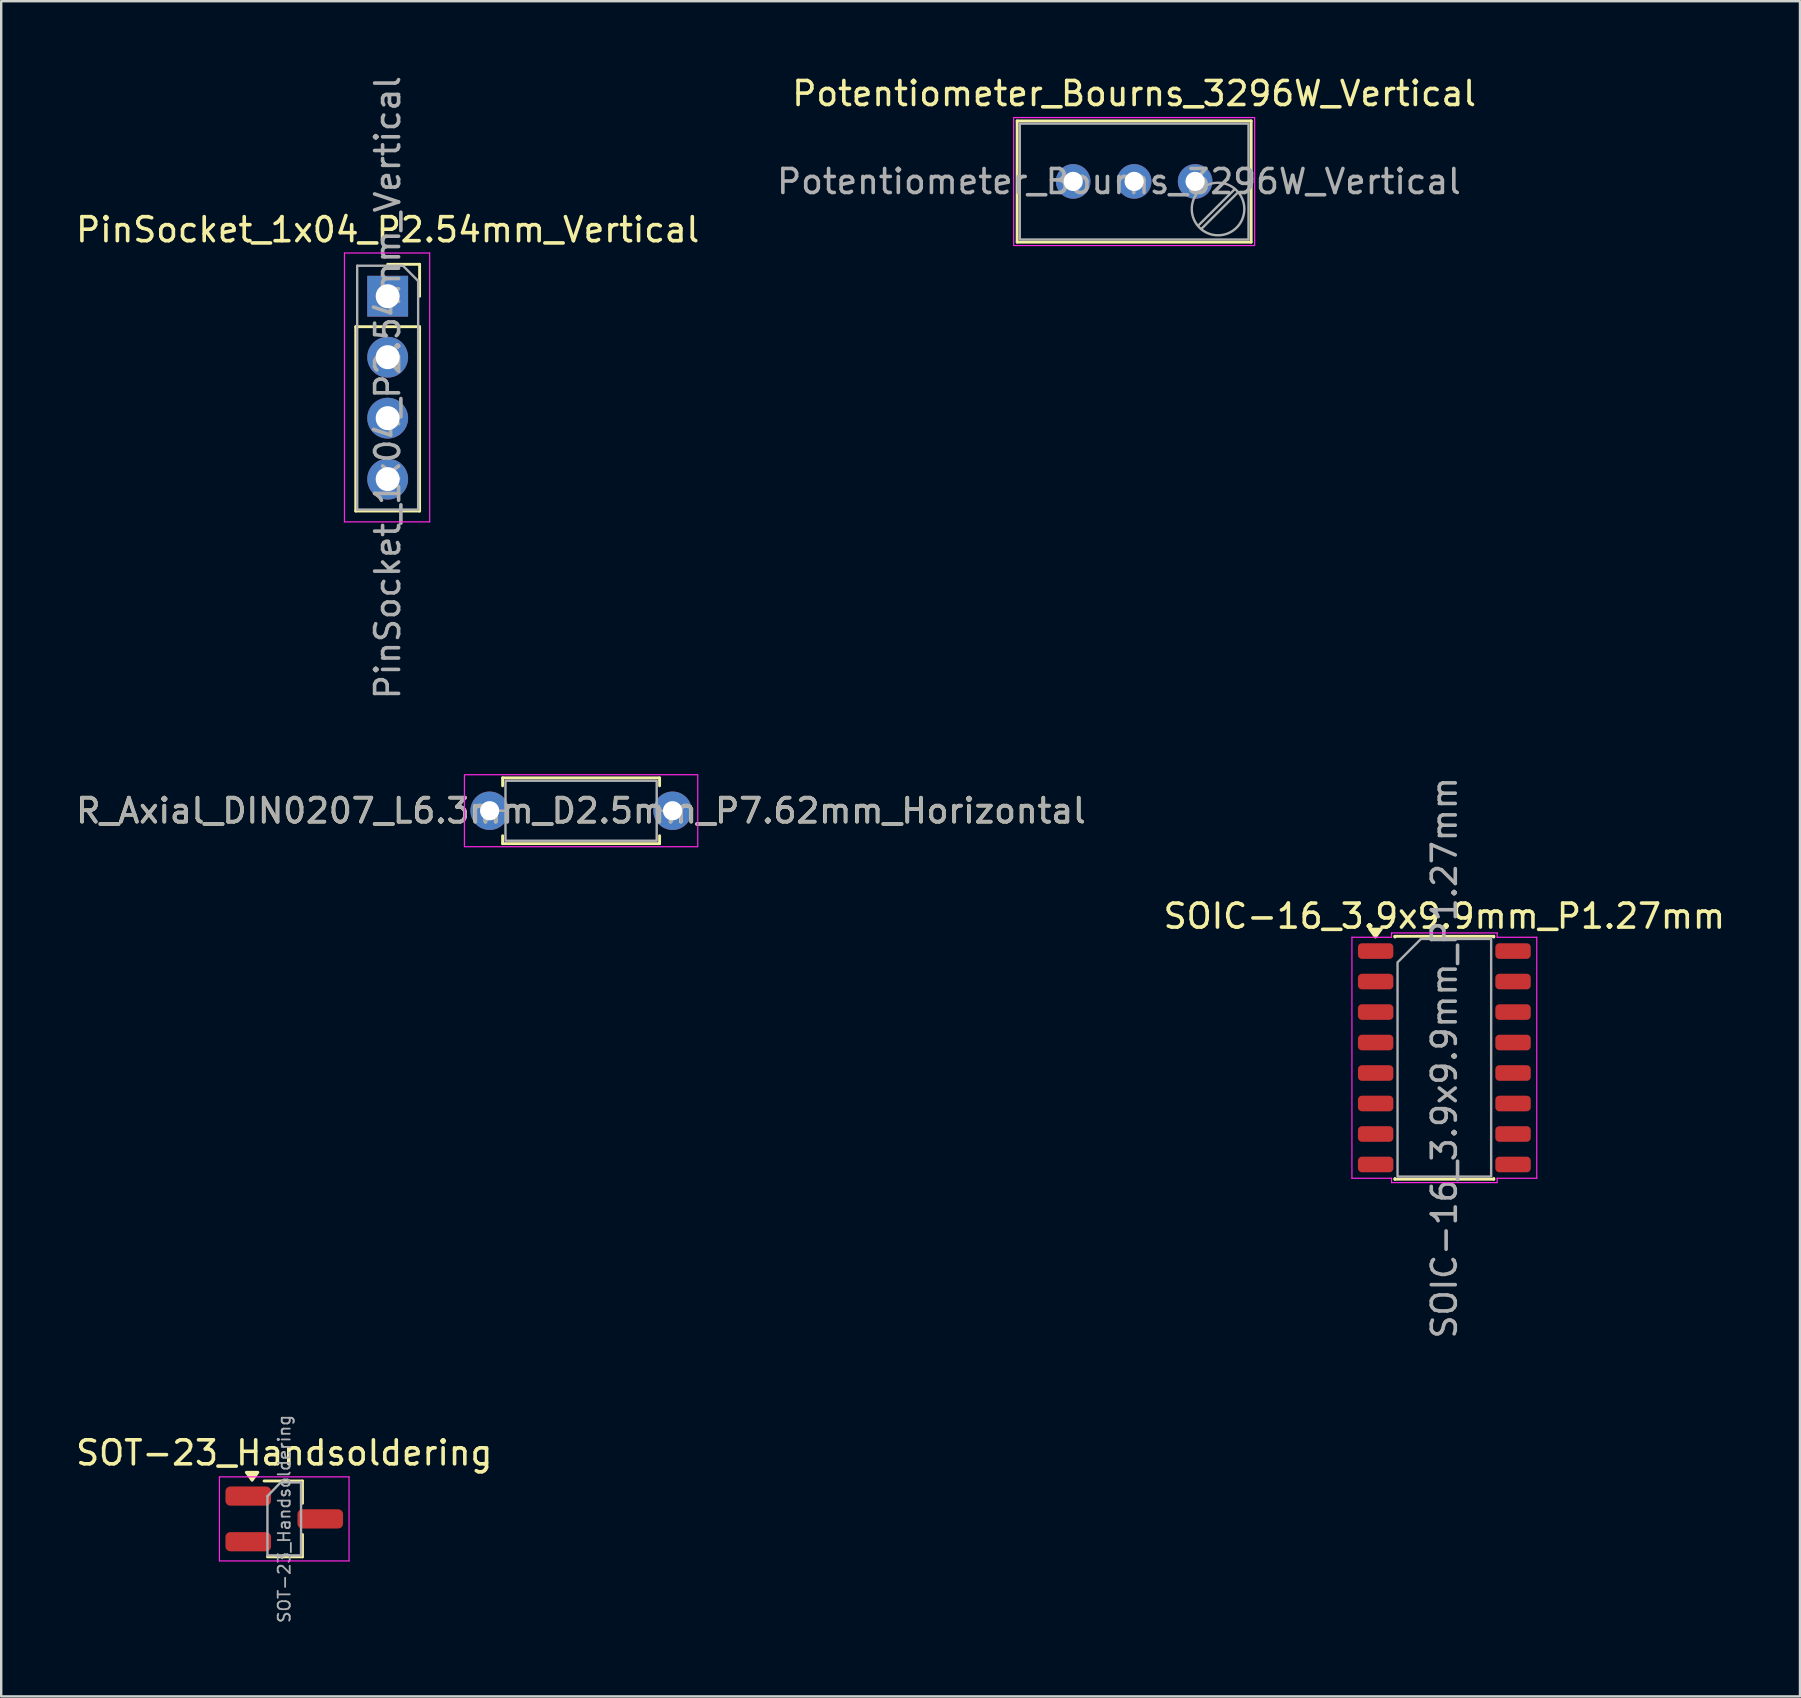
<source format=kicad_pcb>
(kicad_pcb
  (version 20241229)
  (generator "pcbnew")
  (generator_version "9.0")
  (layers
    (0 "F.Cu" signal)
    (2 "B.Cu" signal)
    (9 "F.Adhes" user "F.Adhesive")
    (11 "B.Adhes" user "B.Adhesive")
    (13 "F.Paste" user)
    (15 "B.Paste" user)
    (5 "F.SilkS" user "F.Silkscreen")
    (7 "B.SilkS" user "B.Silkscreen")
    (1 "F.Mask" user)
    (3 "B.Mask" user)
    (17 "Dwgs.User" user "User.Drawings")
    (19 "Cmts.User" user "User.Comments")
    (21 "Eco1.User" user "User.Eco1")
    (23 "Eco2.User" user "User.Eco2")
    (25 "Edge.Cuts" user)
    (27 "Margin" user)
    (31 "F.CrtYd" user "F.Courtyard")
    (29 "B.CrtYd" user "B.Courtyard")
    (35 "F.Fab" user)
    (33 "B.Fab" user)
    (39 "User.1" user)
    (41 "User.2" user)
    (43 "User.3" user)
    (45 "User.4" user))
  (footprint "PinSocket_1x04_P2.54mm_Vertical"
    (layer "F.Cu")
    (at 13.101 9.291)
    (property "Reference" "PinSocket_1x04_P2.54mm_Vertical" (at 0 -2.77 0) (layer "F.SilkS") (effects (font (size 1 1) (thickness 0.15))))
    (attr through_hole)
    (fp_line (start -1.33 1.27) (end -1.33 8.95) (stroke (width 0.12) (type solid)) (layer "F.SilkS"))
    (fp_line (start -1.33 1.27) (end 1.33 1.27) (stroke (width 0.12) (type solid)) (layer "F.SilkS"))
    (fp_line (start -1.33 8.95) (end 1.33 8.95) (stroke (width 0.12) (type solid)) (layer "F.SilkS"))
    (fp_line (start 0 -1.33) (end 1.33 -1.33) (stroke (width 0.12) (type solid)) (layer "F.SilkS"))
    (fp_line (start 1.33 -1.33) (end 1.33 0) (stroke (width 0.12) (type solid)) (layer "F.SilkS"))
    (fp_line (start 1.33 1.27) (end 1.33 8.95) (stroke (width 0.12) (type solid)) (layer "F.SilkS"))
    (fp_line (start -1.8 -1.8) (end 1.75 -1.8) (stroke (width 0.05) (type solid)) (layer "F.CrtYd"))
    (fp_line (start -1.8 9.4) (end -1.8 -1.8) (stroke (width 0.05) (type solid)) (layer "F.CrtYd"))
    (fp_line (start 1.75 -1.8) (end 1.75 9.4) (stroke (width 0.05) (type solid)) (layer "F.CrtYd"))
    (fp_line (start 1.75 9.4) (end -1.8 9.4) (stroke (width 0.05) (type solid)) (layer "F.CrtYd"))
    (fp_line (start -1.27 -1.27) (end 0.635 -1.27) (stroke (width 0.1) (type solid)) (layer "F.Fab"))
    (fp_line (start -1.27 8.89) (end -1.27 -1.27) (stroke (width 0.1) (type solid)) (layer "F.Fab"))
    (fp_line (start 0.635 -1.27) (end 1.27 -0.635) (stroke (width 0.1) (type solid)) (layer "F.Fab"))
    (fp_line (start 1.27 -0.635) (end 1.27 8.89) (stroke (width 0.1) (type solid)) (layer "F.Fab"))
    (fp_line (start 1.27 8.89) (end -1.27 8.89) (stroke (width 0.1) (type solid)) (layer "F.Fab"))
    (fp_text user "${REFERENCE}" (at 0 3.81 90) (layer "F.Fab") (effects (font (size 1 1) (thickness 0.15))))
    (pad "1" thru_hole rect (at 0 0) (size 1.7 1.7) (drill 1) (layers "*.Cu" "*.Mask"))
    (pad "2" thru_hole circle (at 0 2.54) (size 1.7 1.7) (drill 1) (layers "*.Cu" "*.Mask"))
    (pad "3" thru_hole circle (at 0 5.08) (size 1.7 1.7) (drill 1) (layers "*.Cu" "*.Mask"))
    (pad "4" thru_hole circle (at 0 7.62) (size 1.7 1.7) (drill 1) (layers "*.Cu" "*.Mask")))
  (footprint "SOIC-16_3.9x9.9mm_P1.27mm"
    (layer "F.Cu")
    (at 57.123 41.018)
    (property "Reference" "SOIC-16_3.9x9.9mm_P1.27mm" (at 0 -5.9 0) (layer "F.SilkS") (effects (font (size 1 1) (thickness 0.15))))
    (attr smd)
    (fp_line (start -2.06 -5.06) (end 2.06 -5.06) (stroke (width 0.12) (type solid)) (layer "F.SilkS"))
    (fp_line (start -2.06 -5.03) (end -2.06 -5.06) (stroke (width 0.12) (type solid)) (layer "F.SilkS"))
    (fp_line (start -2.06 5.06) (end -2.06 5.03) (stroke (width 0.12) (type solid)) (layer "F.SilkS"))
    (fp_line (start 2.06 -5.06) (end 2.06 -5.03) (stroke (width 0.12) (type solid)) (layer "F.SilkS"))
    (fp_line (start 2.06 5.03) (end 2.06 5.06) (stroke (width 0.12) (type solid)) (layer "F.SilkS"))
    (fp_line (start 2.06 5.06) (end -2.06 5.06) (stroke (width 0.12) (type solid)) (layer "F.SilkS"))
    (fp_poly (pts (xy -2.87 -5.03) (xy -3.11 -5.36) (xy -2.63 -5.36)) (stroke (width 0.12) (type solid)) (fill yes) (layer "F.SilkS"))
    (fp_line (start -3.85 -5.02) (end -2.2 -5.02) (stroke (width 0.05) (type solid)) (layer "F.CrtYd"))
    (fp_line (start -3.85 5.02) (end -3.85 -5.02) (stroke (width 0.05) (type solid)) (layer "F.CrtYd"))
    (fp_line (start -2.2 -5.2) (end 2.2 -5.2) (stroke (width 0.05) (type solid)) (layer "F.CrtYd"))
    (fp_line (start -2.2 -5.02) (end -2.2 -5.2) (stroke (width 0.05) (type solid)) (layer "F.CrtYd"))
    (fp_line (start -2.2 5.02) (end -3.85 5.02) (stroke (width 0.05) (type solid)) (layer "F.CrtYd"))
    (fp_line (start -2.2 5.2) (end -2.2 5.02) (stroke (width 0.05) (type solid)) (layer "F.CrtYd"))
    (fp_line (start 2.2 -5.2) (end 2.2 -5.02) (stroke (width 0.05) (type solid)) (layer "F.CrtYd"))
    (fp_line (start 2.2 -5.02) (end 3.85 -5.02) (stroke (width 0.05) (type solid)) (layer "F.CrtYd"))
    (fp_line (start 2.2 5.02) (end 2.2 5.2) (stroke (width 0.05) (type solid)) (layer "F.CrtYd"))
    (fp_line (start 2.2 5.2) (end -2.2 5.2) (stroke (width 0.05) (type solid)) (layer "F.CrtYd"))
    (fp_line (start 3.85 -5.02) (end 3.85 5.02) (stroke (width 0.05) (type solid)) (layer "F.CrtYd"))
    (fp_line (start 3.85 5.02) (end 2.2 5.02) (stroke (width 0.05) (type solid)) (layer "F.CrtYd"))
    (fp_poly (pts (xy -1.95 -3.975) (xy -1.95 4.95) (xy 1.95 4.95) (xy 1.95 -4.95) (xy -0.975 -4.95)) (stroke (width 0.1) (type solid)) (fill no) (layer "F.Fab"))
    (fp_text user "${REFERENCE}" (at 0 0 90) (layer "F.Fab") (effects (font (size 1 1) (thickness 0.15))))
    (pad "1" smd roundrect (at -2.862 -4.445) (size 1.475 0.65) (layers "F.Cu" "F.Mask" "F.Paste") (roundrect_rratio 0.25))
    (pad "2" smd roundrect (at -2.862 -3.175) (size 1.475 0.65) (layers "F.Cu" "F.Mask" "F.Paste") (roundrect_rratio 0.25))
    (pad "3" smd roundrect (at -2.862 -1.905) (size 1.475 0.65) (layers "F.Cu" "F.Mask" "F.Paste") (roundrect_rratio 0.25))
    (pad "4" smd roundrect (at -2.862 -0.635) (size 1.475 0.65) (layers "F.Cu" "F.Mask" "F.Paste") (roundrect_rratio 0.25))
    (pad "5" smd roundrect (at -2.862 0.635) (size 1.475 0.65) (layers "F.Cu" "F.Mask" "F.Paste") (roundrect_rratio 0.25))
    (pad "6" smd roundrect (at -2.862 1.905) (size 1.475 0.65) (layers "F.Cu" "F.Mask" "F.Paste") (roundrect_rratio 0.25))
    (pad "7" smd roundrect (at -2.862 3.175) (size 1.475 0.65) (layers "F.Cu" "F.Mask" "F.Paste") (roundrect_rratio 0.25))
    (pad "8" smd roundrect (at -2.862 4.445) (size 1.475 0.65) (layers "F.Cu" "F.Mask" "F.Paste") (roundrect_rratio 0.25))
    (pad "9" smd roundrect (at 2.862 4.445) (size 1.475 0.65) (layers "F.Cu" "F.Mask" "F.Paste") (roundrect_rratio 0.25))
    (pad "10" smd roundrect (at 2.862 3.175) (size 1.475 0.65) (layers "F.Cu" "F.Mask" "F.Paste") (roundrect_rratio 0.25))
    (pad "11" smd roundrect (at 2.862 1.905) (size 1.475 0.65) (layers "F.Cu" "F.Mask" "F.Paste") (roundrect_rratio 0.25))
    (pad "12" smd roundrect (at 2.862 0.635) (size 1.475 0.65) (layers "F.Cu" "F.Mask" "F.Paste") (roundrect_rratio 0.25))
    (pad "13" smd roundrect (at 2.862 -0.635) (size 1.475 0.65) (layers "F.Cu" "F.Mask" "F.Paste") (roundrect_rratio 0.25))
    (pad "14" smd roundrect (at 2.862 -1.905) (size 1.475 0.65) (layers "F.Cu" "F.Mask" "F.Paste") (roundrect_rratio 0.25))
    (pad "15" smd roundrect (at 2.862 -3.175) (size 1.475 0.65) (layers "F.Cu" "F.Mask" "F.Paste") (roundrect_rratio 0.25))
    (pad "16" smd roundrect (at 2.862 -4.445) (size 1.475 0.65) (layers "F.Cu" "F.Mask" "F.Paste") (roundrect_rratio 0.25)))
  (footprint "R_Axial_DIN0207_L6.3mm_D2.5mm_P7.62mm_Horizontal"
    (layer "F.Cu")
    (at 17.349 30.727)
    (property "Reference" "R_Axial_DIN0207_L6.3mm_D2.5mm_P7.62mm_Horizontal" (at 3.8 0 0) (layer "F.SilkS") (effects (font (size 1 1) (thickness 0.15))))
    (attr through_hole)
    (fp_line (start 0.54 -1.37) (end 7.08 -1.37) (stroke (width 0.12) (type solid)) (layer "F.SilkS"))
    (fp_line (start 0.54 -1.04) (end 0.54 -1.37) (stroke (width 0.12) (type solid)) (layer "F.SilkS"))
    (fp_line (start 0.54 1.04) (end 0.54 1.37) (stroke (width 0.12) (type solid)) (layer "F.SilkS"))
    (fp_line (start 0.54 1.37) (end 7.08 1.37) (stroke (width 0.12) (type solid)) (layer "F.SilkS"))
    (fp_line (start 7.08 -1.37) (end 7.08 -1.04) (stroke (width 0.12) (type solid)) (layer "F.SilkS"))
    (fp_line (start 7.08 1.37) (end 7.08 1.04) (stroke (width 0.12) (type solid)) (layer "F.SilkS"))
    (fp_rect (start -1.05 -1.5) (end 8.67 1.5) (stroke (width 0.05) (type solid)) (fill no) (layer "F.CrtYd"))
    (fp_line (start 0 0) (end 0.66 0) (stroke (width 0.1) (type solid)) (layer "F.Fab"))
    (fp_line (start 7.62 0) (end 6.96 0) (stroke (width 0.1) (type solid)) (layer "F.Fab"))
    (fp_rect (start 0.66 -1.25) (end 6.96 1.25) (stroke (width 0.1) (type solid)) (fill no) (layer "F.Fab"))
    (fp_text user "${REFERENCE}" (at 3.81 0 0) (layer "F.Fab") (effects (font (size 1 1) (thickness 0.15))))
    (pad "1" thru_hole circle (at 0 0) (size 1.6 1.6) (drill 0.8) (layers "*.Cu" "*.Mask"))
    (pad "2" thru_hole circle (at 7.62 0) (size 1.6 1.6) (drill 0.8) (layers "*.Cu" "*.Mask")))
  (footprint "SOT-23_Handsoldering"
    (layer "F.Cu")
    (at 8.792 60.229)
    (property "Reference" "SOT-23_Handsoldering" (at 0 -2.75 0) (layer "F.SilkS") (effects (font (size 1 1) (thickness 0.15))))
    (attr smd)
    (fp_line (start -0.04 -1.58) (end -0.84 -1.58) (stroke (width 0.12) (type solid)) (layer "F.SilkS"))
    (fp_line (start -0.04 -1.58) (end 0.76 -1.58) (stroke (width 0.12) (type solid)) (layer "F.SilkS"))
    (fp_line (start 0.76 -1.58) (end 0.76 -0.65) (stroke (width 0.12) (type solid)) (layer "F.SilkS"))
    (fp_line (start 0.76 1.58) (end -0.7 1.58) (stroke (width 0.12) (type solid)) (layer "F.SilkS"))
    (fp_line (start 0.76 1.58) (end 0.76 0.65) (stroke (width 0.12) (type solid)) (layer "F.SilkS"))
    (fp_poly (pts (xy -1.34 -1.61) (xy -1.58 -1.94) (xy -1.1 -1.94) (xy -1.34 -1.61)) (stroke (width 0.12) (type solid)) (fill yes) (layer "F.SilkS"))
    (fp_line (start -2.7 -1.75) (end 2.7 -1.75) (stroke (width 0.05) (type solid)) (layer "F.CrtYd"))
    (fp_line (start -2.7 1.75) (end -2.7 -1.75) (stroke (width 0.05) (type solid)) (layer "F.CrtYd"))
    (fp_line (start 2.7 -1.75) (end 2.7 1.75) (stroke (width 0.05) (type solid)) (layer "F.CrtYd"))
    (fp_line (start 2.7 1.75) (end -2.7 1.75) (stroke (width 0.05) (type solid)) (layer "F.CrtYd"))
    (fp_line (start -0.7 -0.95) (end -0.7 1.5) (stroke (width 0.1) (type solid)) (layer "F.Fab"))
    (fp_line (start -0.7 -0.95) (end -0.15 -1.52) (stroke (width 0.1) (type solid)) (layer "F.Fab"))
    (fp_line (start -0.7 1.52) (end 0.7 1.52) (stroke (width 0.1) (type solid)) (layer "F.Fab"))
    (fp_line (start -0.15 -1.52) (end 0.7 -1.52) (stroke (width 0.1) (type solid)) (layer "F.Fab"))
    (fp_line (start 0.7 -1.52) (end 0.7 1.52) (stroke (width 0.1) (type solid)) (layer "F.Fab"))
    (fp_text user "${REFERENCE}" (at 0 0 90) (layer "F.Fab") (effects (font (size 0.5 0.5) (thickness 0.075))))
    (pad "1" smd roundrect (at -1.5 -0.95) (size 1.9 0.8) (layers "F.Cu" "F.Mask" "F.Paste") (roundrect_rratio 0.25))
    (pad "2" smd roundrect (at -1.5 0.95) (size 1.9 0.8) (layers "F.Cu" "F.Mask" "F.Paste") (roundrect_rratio 0.25))
    (pad "3" smd roundrect (at 1.5 0) (size 1.9 0.8) (layers "F.Cu" "F.Mask" "F.Paste") (roundrect_rratio 0.25)))
  (footprint "Potentiometer_Bourns_3296W_Vertical"
    (layer "F.Cu")
    (at 46.74 4.508)
    (property "Reference" "Potentiometer_Bourns_3296W_Vertical" (at -2.54 -3.66 0) (layer "F.SilkS") (effects (font (size 1 1) (thickness 0.15))))
    (attr through_hole)
    (fp_line (start -7.415 -2.52) (end 2.335 -2.52) (stroke (width 0.12) (type solid)) (layer "F.SilkS"))
    (fp_line (start -7.415 2.53) (end -7.415 -2.52) (stroke (width 0.12) (type solid)) (layer "F.SilkS"))
    (fp_line (start 2.335 -2.52) (end 2.335 2.53) (stroke (width 0.12) (type solid)) (layer "F.SilkS"))
    (fp_line (start 2.335 2.53) (end -7.415 2.53) (stroke (width 0.12) (type solid)) (layer "F.SilkS"))
    (fp_rect (start -7.56 -2.66) (end 2.48 2.67) (stroke (width 0.05) (type solid)) (fill no) (layer "F.CrtYd"))
    (fp_line (start 1.652 0.32) (end 0.125 1.847) (stroke (width 0.1) (type solid)) (layer "F.Fab"))
    (fp_line (start 1.785 0.453) (end 0.258 1.98) (stroke (width 0.1) (type solid)) (layer "F.Fab"))
    (fp_rect (start -7.305 -2.41) (end 2.225 2.42) (stroke (width 0.1) (type solid)) (fill no) (layer "F.Fab"))
    (fp_circle (center 0.955 1.15) (end 2.05 1.15) (stroke (width 0.1) (type solid)) (fill no) (layer "F.Fab"))
    (fp_text user "${REFERENCE}" (at -3.175 0.005 0) (layer "F.Fab") (effects (font (size 1 1) (thickness 0.15))))
    (pad "1" thru_hole circle (at 0 0) (size 1.44 1.44) (drill 0.8) (layers "*.Cu" "*.Mask"))
    (pad "2" thru_hole circle (at -2.54 0) (size 1.44 1.44) (drill 0.8) (layers "*.Cu" "*.Mask"))
    (pad "3" thru_hole circle (at -5.08 0) (size 1.44 1.44) (drill 0.8) (layers "*.Cu" "*.Mask")))
  (gr_rect
    (start -3 -3)
    (end 71.939 67.625)
    (stroke (width 0.1) (type default))
    (fill no)
    (layer "Edge.Cuts")))
</source>
